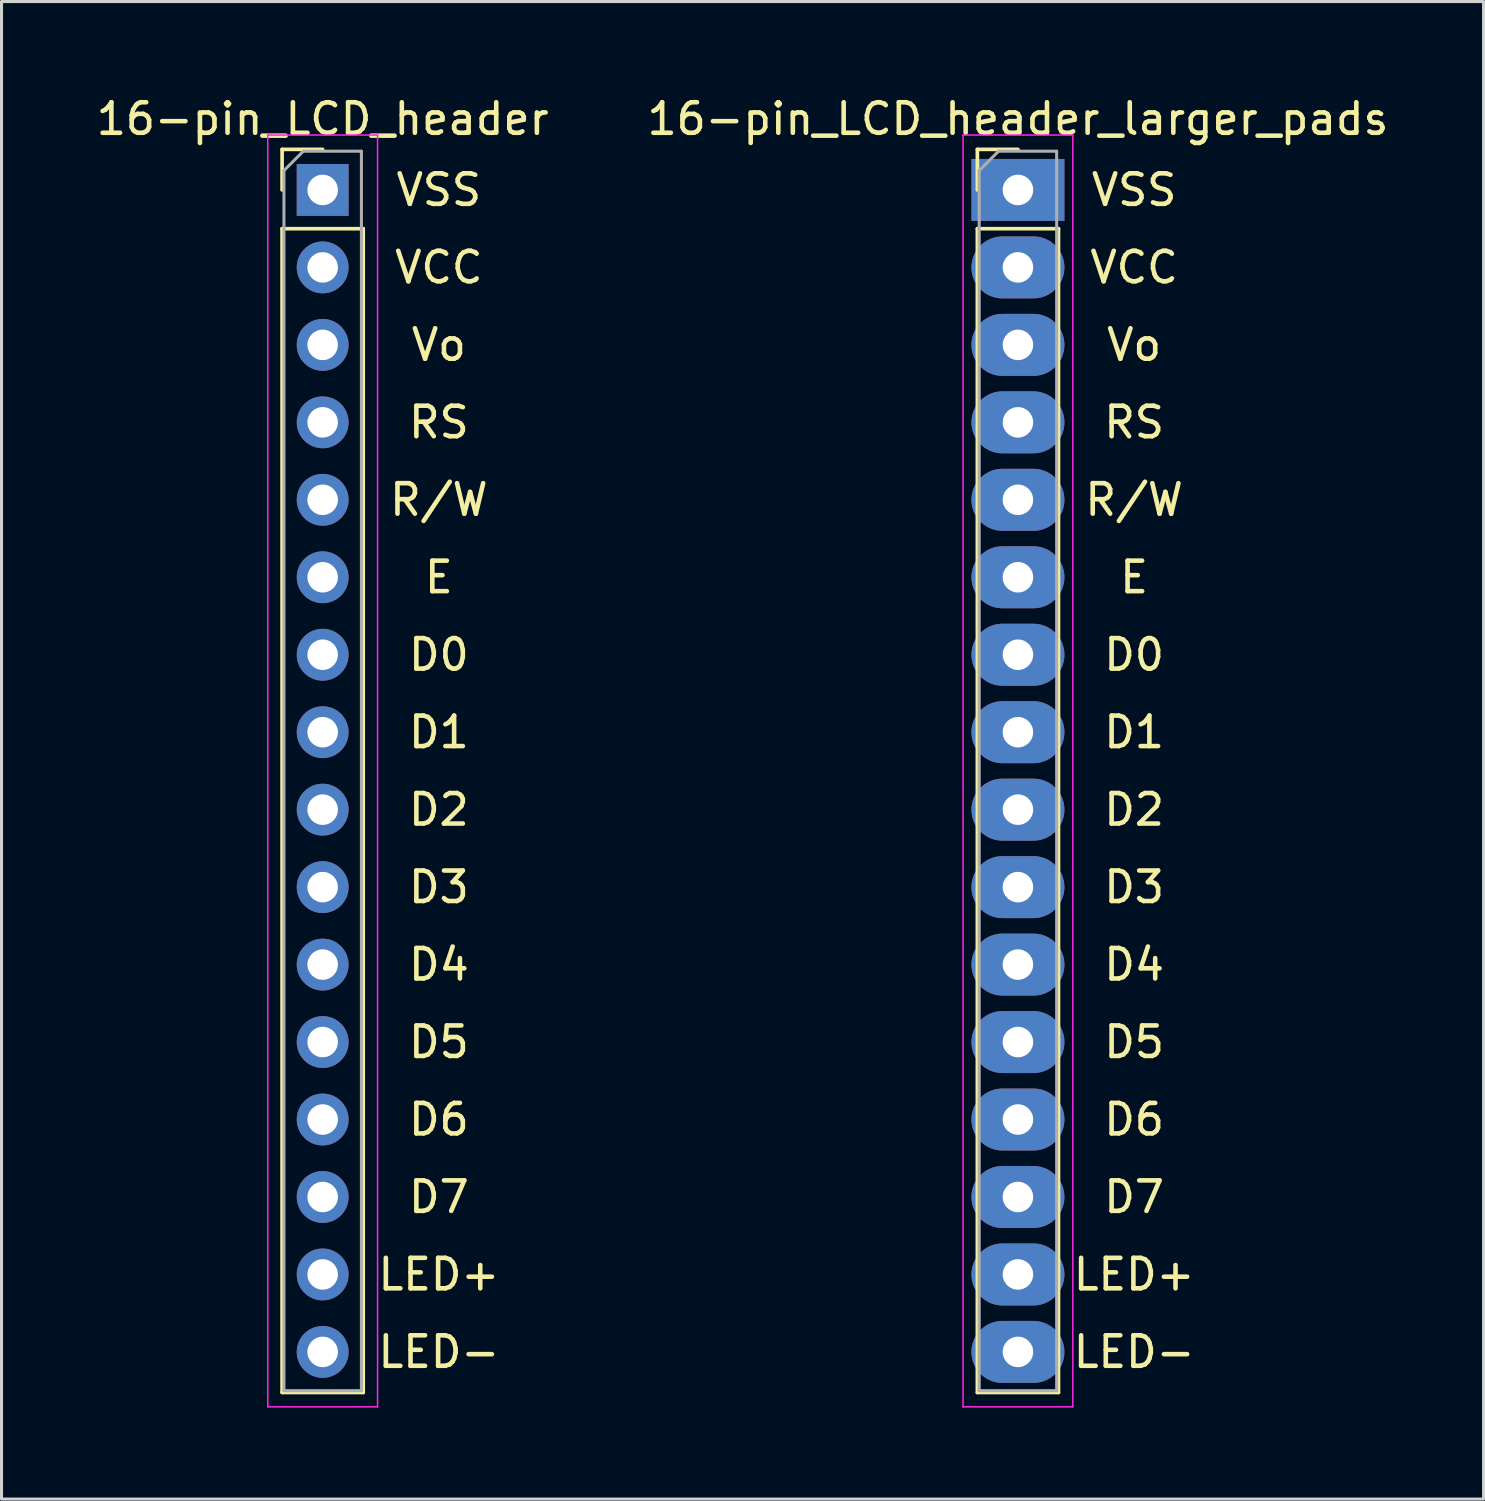
<source format=kicad_pcb>
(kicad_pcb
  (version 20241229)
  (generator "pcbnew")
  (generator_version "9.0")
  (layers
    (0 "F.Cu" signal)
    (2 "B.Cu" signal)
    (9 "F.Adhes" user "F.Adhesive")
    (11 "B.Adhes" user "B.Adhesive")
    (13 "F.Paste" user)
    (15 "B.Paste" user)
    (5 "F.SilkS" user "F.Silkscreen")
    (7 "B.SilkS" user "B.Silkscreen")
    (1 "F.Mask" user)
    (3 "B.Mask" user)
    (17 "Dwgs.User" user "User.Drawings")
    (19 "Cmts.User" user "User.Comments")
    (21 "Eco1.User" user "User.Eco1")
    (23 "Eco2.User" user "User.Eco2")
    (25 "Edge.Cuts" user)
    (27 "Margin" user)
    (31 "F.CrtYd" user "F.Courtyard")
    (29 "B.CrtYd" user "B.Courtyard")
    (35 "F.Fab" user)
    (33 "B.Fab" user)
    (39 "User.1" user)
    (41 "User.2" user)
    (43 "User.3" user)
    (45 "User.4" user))
  (footprint "16-pin_LCD_header"
    (layer "F.Cu")
    (at 7.53 3.178)
    (property "Reference" "16-pin_LCD_header" (at 0 -2.33 0) (layer "F.SilkS") (effects (font (size 1 1) (thickness 0.15))))
    (attr through_hole)
    (fp_line (start -1.33 -1.33) (end 0 -1.33) (stroke (width 0.12) (type solid)) (layer "F.SilkS"))
    (fp_line (start -1.33 0) (end -1.33 -1.33) (stroke (width 0.12) (type solid)) (layer "F.SilkS"))
    (fp_line (start -1.33 1.27) (end -1.33 39.43) (stroke (width 0.12) (type solid)) (layer "F.SilkS"))
    (fp_line (start -1.33 1.27) (end 1.33 1.27) (stroke (width 0.12) (type solid)) (layer "F.SilkS"))
    (fp_line (start -1.33 39.43) (end 1.33 39.43) (stroke (width 0.12) (type solid)) (layer "F.SilkS"))
    (fp_line (start 1.33 1.27) (end 1.33 39.43) (stroke (width 0.12) (type solid)) (layer "F.SilkS"))
    (fp_line (start -1.8 -1.8) (end -1.8 39.9) (stroke (width 0.05) (type solid)) (layer "F.CrtYd"))
    (fp_line (start -1.8 39.9) (end 1.8 39.9) (stroke (width 0.05) (type solid)) (layer "F.CrtYd"))
    (fp_line (start 1.8 -1.8) (end -1.8 -1.8) (stroke (width 0.05) (type solid)) (layer "F.CrtYd"))
    (fp_line (start 1.8 39.9) (end 1.8 -1.8) (stroke (width 0.05) (type solid)) (layer "F.CrtYd"))
    (fp_line (start -1.27 -0.635) (end -0.635 -1.27) (stroke (width 0.1) (type solid)) (layer "F.Fab"))
    (fp_line (start -1.27 39.37) (end -1.27 -0.635) (stroke (width 0.1) (type solid)) (layer "F.Fab"))
    (fp_line (start -0.635 -1.27) (end 1.27 -1.27) (stroke (width 0.1) (type solid)) (layer "F.Fab"))
    (fp_line (start 1.27 -1.27) (end 1.27 39.37) (stroke (width 0.1) (type solid)) (layer "F.Fab"))
    (fp_line (start 1.27 39.37) (end -1.27 39.37) (stroke (width 0.1) (type solid)) (layer "F.Fab"))
    (fp_text user "VSS" (at 3.81 0 0) (layer "F.SilkS") (effects (font (size 1 1) (thickness 0.15))))
    (fp_text user "VCC" (at 3.81 2.54 0) (layer "F.SilkS") (effects (font (size 1 1) (thickness 0.15))))
    (fp_text user "D5" (at 3.81 27.94 0) (layer "F.SilkS") (effects (font (size 1 1) (thickness 0.15))))
    (fp_text user "D2" (at 3.81 20.32 0) (layer "F.SilkS") (effects (font (size 1 1) (thickness 0.15))))
    (fp_text user "Vo" (at 3.81 5.08 0) (layer "F.SilkS") (effects (font (size 1 1) (thickness 0.15))))
    (fp_text user "D7" (at 3.81 33.02 0) (layer "F.SilkS") (effects (font (size 1 1) (thickness 0.15))))
    (fp_text user "D3" (at 3.81 22.86 0) (layer "F.SilkS") (effects (font (size 1 1) (thickness 0.15))))
    (fp_text user "LED-" (at 3.81 38.1 0) (layer "F.SilkS") (effects (font (size 1 1) (thickness 0.15))))
    (fp_text user "D0" (at 3.81 15.24 0) (layer "F.SilkS") (effects (font (size 1 1) (thickness 0.15))))
    (fp_text user "RS" (at 3.81 7.62 0) (layer "F.SilkS") (effects (font (size 1 1) (thickness 0.15))))
    (fp_text user "D4" (at 3.81 25.4 0) (layer "F.SilkS") (effects (font (size 1 1) (thickness 0.15))))
    (fp_text user "LED+" (at 3.81 35.56 0) (layer "F.SilkS") (effects (font (size 1 1) (thickness 0.15))))
    (fp_text user "D1" (at 3.81 17.78 0) (layer "F.SilkS") (effects (font (size 1 1) (thickness 0.15))))
    (fp_text user "E" (at 3.81 12.7 0) (layer "F.SilkS") (effects (font (size 1 1) (thickness 0.15))))
    (fp_text user "R/W" (at 3.81 10.16 0) (layer "F.SilkS") (effects (font (size 1 1) (thickness 0.15))))
    (fp_text user "D6" (at 3.81 30.48 0) (layer "F.SilkS") (effects (font (size 1 1) (thickness 0.15))))
    (pad "1" thru_hole rect (at 0 0) (size 1.7 1.7) (drill 1) (layers "*.Cu" "*.Mask"))
    (pad "2" thru_hole oval (at 0 2.54) (size 1.7 1.7) (drill 1) (layers "*.Cu" "*.Mask"))
    (pad "3" thru_hole oval (at 0 5.08) (size 1.7 1.7) (drill 1) (layers "*.Cu" "*.Mask"))
    (pad "4" thru_hole oval (at 0 7.62) (size 1.7 1.7) (drill 1) (layers "*.Cu" "*.Mask"))
    (pad "5" thru_hole oval (at 0 10.16) (size 1.7 1.7) (drill 1) (layers "*.Cu" "*.Mask"))
    (pad "6" thru_hole oval (at 0 12.7) (size 1.7 1.7) (drill 1) (layers "*.Cu" "*.Mask"))
    (pad "7" thru_hole oval (at 0 15.24) (size 1.7 1.7) (drill 1) (layers "*.Cu" "*.Mask"))
    (pad "8" thru_hole oval (at 0 17.78) (size 1.7 1.7) (drill 1) (layers "*.Cu" "*.Mask"))
    (pad "9" thru_hole oval (at 0 20.32) (size 1.7 1.7) (drill 1) (layers "*.Cu" "*.Mask"))
    (pad "10" thru_hole oval (at 0 22.86) (size 1.7 1.7) (drill 1) (layers "*.Cu" "*.Mask"))
    (pad "11" thru_hole oval (at 0 25.4) (size 1.7 1.7) (drill 1) (layers "*.Cu" "*.Mask"))
    (pad "12" thru_hole oval (at 0 27.94) (size 1.7 1.7) (drill 1) (layers "*.Cu" "*.Mask"))
    (pad "13" thru_hole oval (at 0 30.48) (size 1.7 1.7) (drill 1) (layers "*.Cu" "*.Mask"))
    (pad "14" thru_hole oval (at 0 33.02) (size 1.7 1.7) (drill 1) (layers "*.Cu" "*.Mask"))
    (pad "15" thru_hole oval (at 0 35.56) (size 1.7 1.7) (drill 1) (layers "*.Cu" "*.Mask"))
    (pad "16" thru_hole oval (at 0 38.1) (size 1.7 1.7) (drill 1) (layers "*.Cu" "*.Mask")))
  (footprint "16-pin_LCD_header_larger_pads"
    (layer "F.Cu")
    (at 30.327 3.178)
    (property "Reference" "16-pin_LCD_header_larger_pads" (at 0 -2.33 0) (layer "F.SilkS") (effects (font (size 1 1) (thickness 0.15))))
    (attr through_hole)
    (fp_line (start -1.33 -1.33) (end 0 -1.33) (stroke (width 0.12) (type solid)) (layer "F.SilkS"))
    (fp_line (start -1.33 0) (end -1.33 -1.33) (stroke (width 0.12) (type solid)) (layer "F.SilkS"))
    (fp_line (start -1.33 1.27) (end -1.33 39.43) (stroke (width 0.12) (type solid)) (layer "F.SilkS"))
    (fp_line (start -1.33 1.27) (end 1.33 1.27) (stroke (width 0.12) (type solid)) (layer "F.SilkS"))
    (fp_line (start -1.33 39.43) (end 1.33 39.43) (stroke (width 0.12) (type solid)) (layer "F.SilkS"))
    (fp_line (start 1.33 1.27) (end 1.33 39.43) (stroke (width 0.12) (type solid)) (layer "F.SilkS"))
    (fp_line (start -1.8 -1.8) (end -1.8 39.9) (stroke (width 0.05) (type solid)) (layer "F.CrtYd"))
    (fp_line (start -1.8 39.9) (end 1.8 39.9) (stroke (width 0.05) (type solid)) (layer "F.CrtYd"))
    (fp_line (start 1.8 -1.8) (end -1.8 -1.8) (stroke (width 0.05) (type solid)) (layer "F.CrtYd"))
    (fp_line (start 1.8 39.9) (end 1.8 -1.8) (stroke (width 0.05) (type solid)) (layer "F.CrtYd"))
    (fp_line (start -1.27 -0.635) (end -0.635 -1.27) (stroke (width 0.1) (type solid)) (layer "F.Fab"))
    (fp_line (start -1.27 39.37) (end -1.27 -0.635) (stroke (width 0.1) (type solid)) (layer "F.Fab"))
    (fp_line (start -0.635 -1.27) (end 1.27 -1.27) (stroke (width 0.1) (type solid)) (layer "F.Fab"))
    (fp_line (start 1.27 -1.27) (end 1.27 39.37) (stroke (width 0.1) (type solid)) (layer "F.Fab"))
    (fp_line (start 1.27 39.37) (end -1.27 39.37) (stroke (width 0.1) (type solid)) (layer "F.Fab"))
    (fp_text user "D6" (at 3.81 30.48 0) (layer "F.SilkS") (effects (font (size 1 1) (thickness 0.15))))
    (fp_text user "R/W" (at 3.81 10.16 0) (layer "F.SilkS") (effects (font (size 1 1) (thickness 0.15))))
    (fp_text user "D7" (at 3.81 33.02 0) (layer "F.SilkS") (effects (font (size 1 1) (thickness 0.15))))
    (fp_text user "Vo" (at 3.81 5.08 0) (layer "F.SilkS") (effects (font (size 1 1) (thickness 0.15))))
    (fp_text user "D0" (at 3.81 15.24 0) (layer "F.SilkS") (effects (font (size 1 1) (thickness 0.15))))
    (fp_text user "LED+" (at 3.81 35.56 0) (layer "F.SilkS") (effects (font (size 1 1) (thickness 0.15))))
    (fp_text user "VSS" (at 3.81 0 0) (layer "F.SilkS") (effects (font (size 1 1) (thickness 0.15))))
    (fp_text user "LED-" (at 3.81 38.1 0) (layer "F.SilkS") (effects (font (size 1 1) (thickness 0.15))))
    (fp_text user "D4" (at 3.81 25.4 0) (layer "F.SilkS") (effects (font (size 1 1) (thickness 0.15))))
    (fp_text user "D3" (at 3.81 22.86 0) (layer "F.SilkS") (effects (font (size 1 1) (thickness 0.15))))
    (fp_text user "D5" (at 3.81 27.94 0) (layer "F.SilkS") (effects (font (size 1 1) (thickness 0.15))))
    (fp_text user "D1" (at 3.81 17.78 0) (layer "F.SilkS") (effects (font (size 1 1) (thickness 0.15))))
    (fp_text user "D2" (at 3.81 20.32 0) (layer "F.SilkS") (effects (font (size 1 1) (thickness 0.15))))
    (fp_text user "VCC" (at 3.81 2.54 0) (layer "F.SilkS") (effects (font (size 1 1) (thickness 0.15))))
    (fp_text user "E" (at 3.81 12.7 0) (layer "F.SilkS") (effects (font (size 1 1) (thickness 0.15))))
    (fp_text user "RS" (at 3.81 7.62 0) (layer "F.SilkS") (effects (font (size 1 1) (thickness 0.15))))
    (pad "1" thru_hole rect (at 0 0) (size 3.048 2.032) (drill 1) (layers "*.Cu" "*.Mask"))
    (pad "2" thru_hole oval (at 0 2.54) (size 3.048 2.032) (drill 1) (layers "*.Cu" "*.Mask"))
    (pad "3" thru_hole oval (at 0 5.08) (size 3.048 2.032) (drill 1) (layers "*.Cu" "*.Mask"))
    (pad "4" thru_hole oval (at 0 7.62) (size 3.048 2.032) (drill 1) (layers "*.Cu" "*.Mask"))
    (pad "5" thru_hole oval (at 0 10.16) (size 3.048 2.032) (drill 1) (layers "*.Cu" "*.Mask"))
    (pad "6" thru_hole oval (at 0 12.7) (size 3.048 2.032) (drill 1) (layers "*.Cu" "*.Mask"))
    (pad "7" thru_hole oval (at 0 15.24) (size 3.048 2.032) (drill 1) (layers "*.Cu" "*.Mask"))
    (pad "8" thru_hole oval (at 0 17.78) (size 3.048 2.032) (drill 1) (layers "*.Cu" "*.Mask"))
    (pad "9" thru_hole oval (at 0 20.32) (size 3.048 2.032) (drill 1) (layers "*.Cu" "*.Mask"))
    (pad "10" thru_hole oval (at 0 22.86) (size 3.048 2.032) (drill 1) (layers "*.Cu" "*.Mask"))
    (pad "11" thru_hole oval (at 0 25.4) (size 3.048 2.032) (drill 1) (layers "*.Cu" "*.Mask"))
    (pad "12" thru_hole oval (at 0 27.94) (size 3.048 2.032) (drill 1) (layers "*.Cu" "*.Mask"))
    (pad "13" thru_hole oval (at 0 30.48) (size 3.048 2.032) (drill 1) (layers "*.Cu" "*.Mask"))
    (pad "14" thru_hole oval (at 0 33.02) (size 3.048 2.032) (drill 1) (layers "*.Cu" "*.Mask"))
    (pad "15" thru_hole oval (at 0 35.56) (size 3.048 2.032) (drill 1) (layers "*.Cu" "*.Mask"))
    (pad "16" thru_hole oval (at 0 38.1) (size 3.048 2.032) (drill 1) (layers "*.Cu" "*.Mask")))
  (gr_rect
    (start -3 -3)
    (end 45.595 46.103)
    (stroke (width 0.1) (type default))
    (fill no)
    (layer "Edge.Cuts")))
</source>
